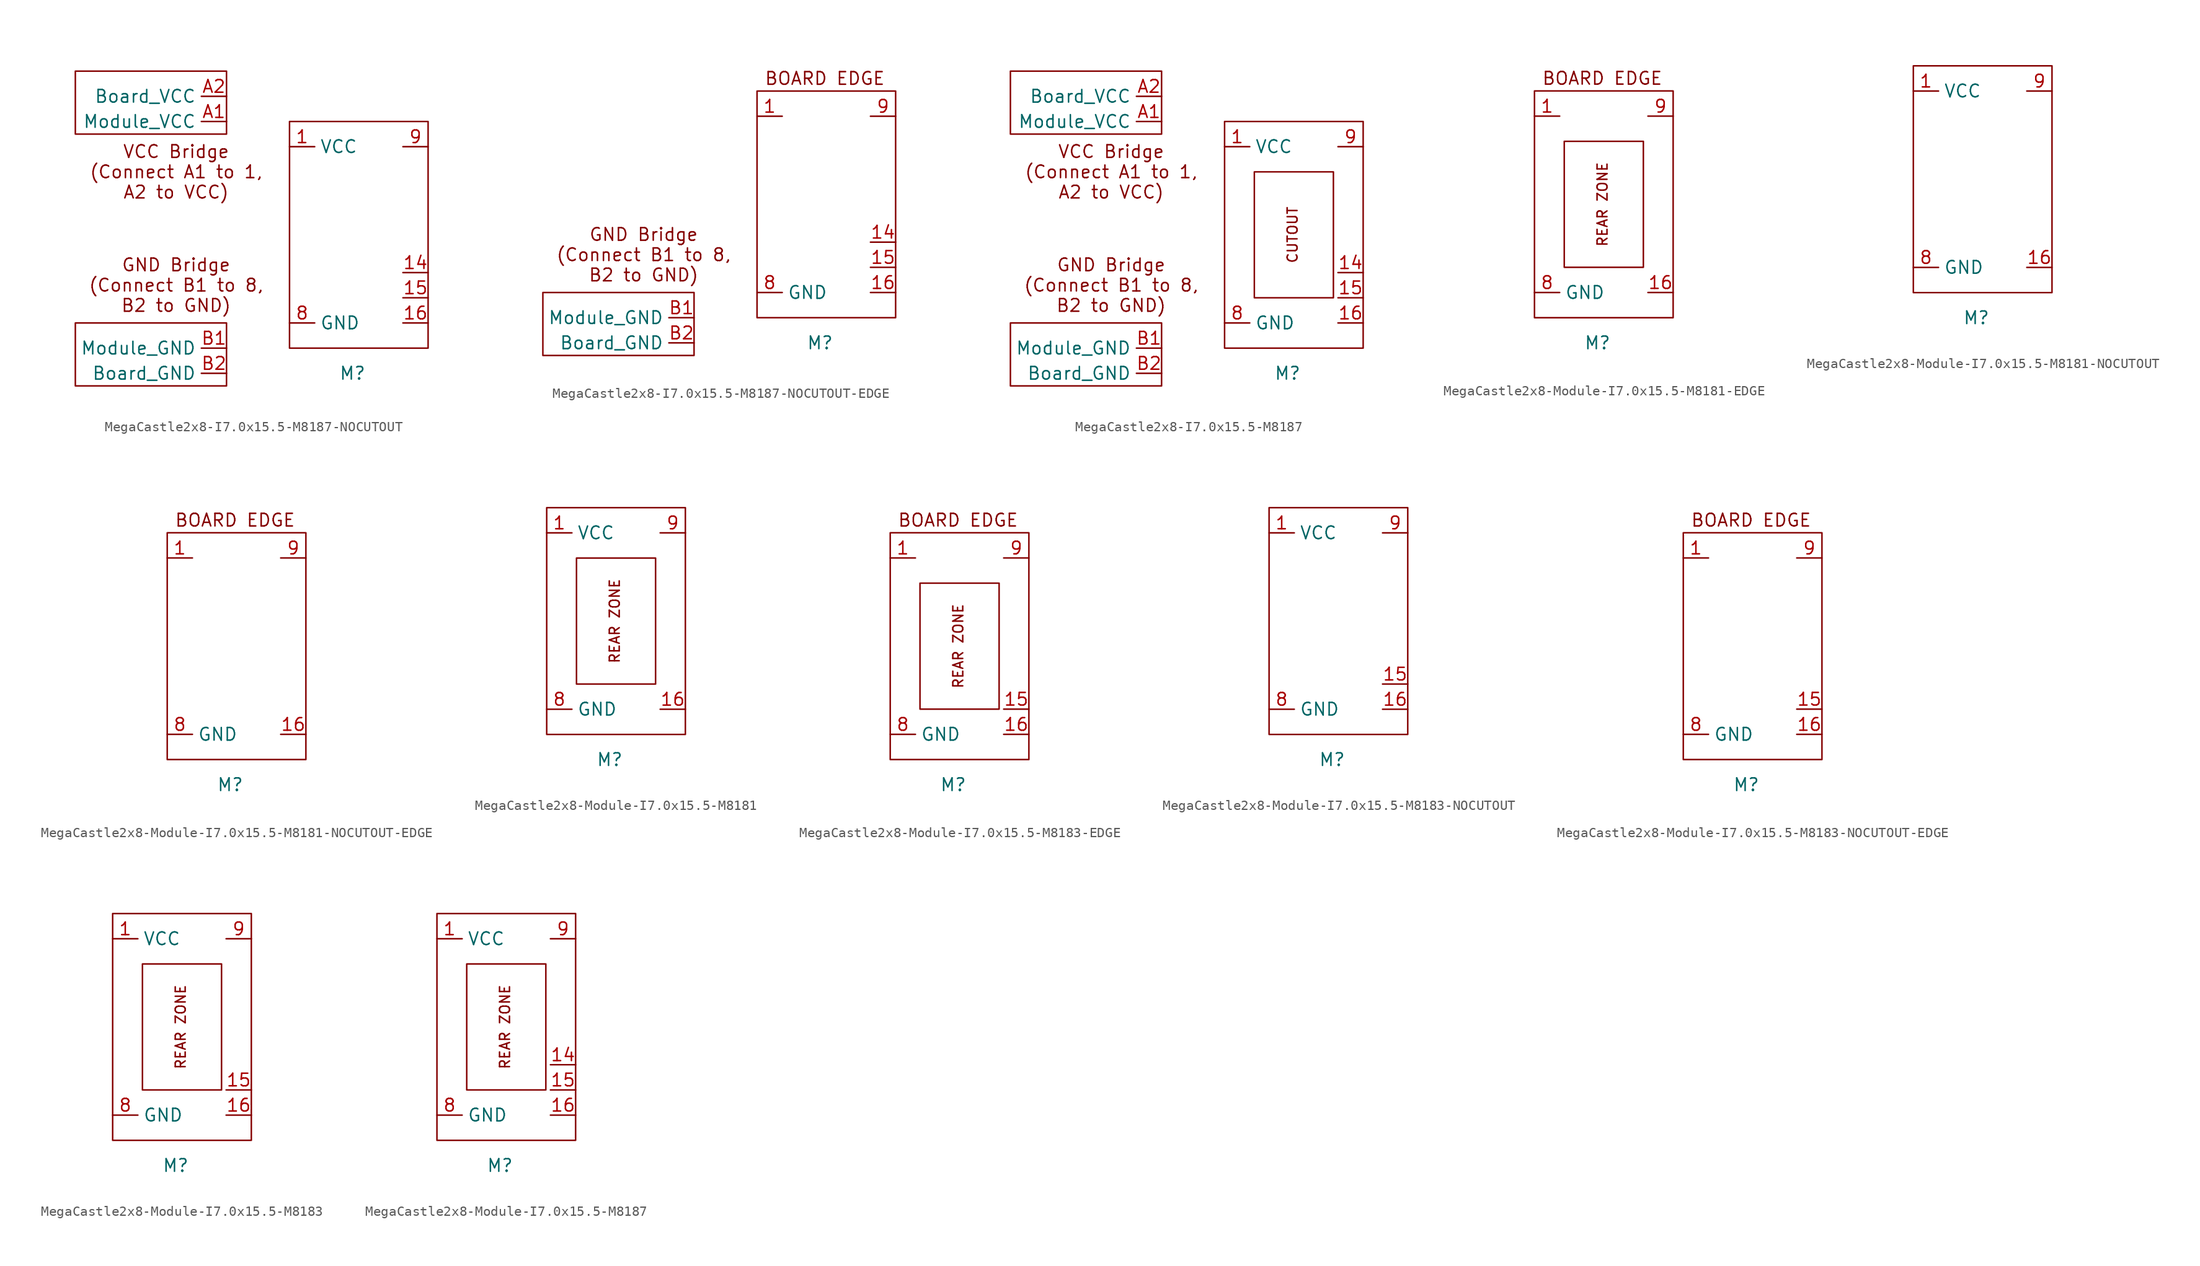
<source format=kicad_sym>
(kicad_symbol_lib
  (version 20231120)
  (generator "kicad_symbol_editor")
  (generator_version "8.0")
  (symbol "MegaCastle2x8-I7.0x15.5-M8187-NOCUTOUT"
    (property "Reference" "M"
      (at 0 -13.97 0)
      (effects (font (size 1.27 1.27))))
    (property "Value" ""
      (at 0 5.08 0)
      (effects (font (size 1.27 1.27))))
    (symbol "MegaCastle2x8-I7.0x15.5-M8187-NOCUTOUT_0_1"
      (rectangle (start -27.94 -8.89) (end -12.7 -15.24) (stroke (width 0) (type default)) (fill (type none)))
      (rectangle (start -27.94 16.51) (end -12.7 10.16) (stroke (width 0) (type default)) (fill (type none)))
      (rectangle (start -6.35 11.43) (end 7.62 -11.43) (stroke (width 0) (type default)) (fill (type none))))
    (symbol "MegaCastle2x8-I7.0x15.5-M8187-NOCUTOUT_1_1"
      (text "GND Bridge\n(Connect B1 to 8,\nB2 to GND)" (at -17.78 -5.08 0) (effects (font (size 1.27 1.27))))
      (text "VCC Bridge\n(Connect A1 to 1,\nA2 to VCC)" (at -17.78 6.35 0) (effects (font (size 1.27 1.27))))
      (pin bidirectional line (at -6.35 8.89 0) (length 2.54) (name "VCC" (effects (font (size 1.27 1.27)))) (number "1" (effects (font (size 1.27 1.27)))))
      (pin bidirectional line (at 7.62 -3.81 180) (length 2.54) (name "" (effects (font (size 1.27 1.27)))) (number "14" (effects (font (size 1.27 1.27)))))
      (pin bidirectional line (at 7.62 -6.35 180) (length 2.54) (name "" (effects (font (size 1.27 1.27)))) (number "15" (effects (font (size 1.27 1.27)))))
      (pin bidirectional line (at 7.62 -8.89 180) (length 2.54) (name "" (effects (font (size 1.27 1.27)))) (number "16" (effects (font (size 1.27 1.27)))))
      (pin bidirectional line (at -6.35 -8.89 0) (length 2.54) (name "GND" (effects (font (size 1.27 1.27)))) (number "8" (effects (font (size 1.27 1.27)))))
      (pin bidirectional line (at 7.62 8.89 180) (length 2.54) (name "" (effects (font (size 1.27 1.27)))) (number "9" (effects (font (size 1.27 1.27)))))
      (pin bidirectional line (at -12.7 11.43 180) (length 2.54) (name "Module_VCC" (effects (font (size 1.27 1.27)))) (number "A1" (effects (font (size 1.27 1.27)))))
      (pin bidirectional line (at -12.7 13.97 180) (length 2.54) (name "Board_VCC" (effects (font (size 1.27 1.27)))) (number "A2" (effects (font (size 1.27 1.27)))))
      (pin bidirectional line (at -12.7 -11.43 180) (length 2.54) (name "Module_GND" (effects (font (size 1.27 1.27)))) (number "B1" (effects (font (size 1.27 1.27)))))
      (pin bidirectional line (at -12.7 -13.97 180) (length 2.54) (name "Board_GND" (effects (font (size 1.27 1.27)))) (number "B2" (effects (font (size 1.27 1.27)))))))
  (symbol "MegaCastle2x8-I7.0x15.5-M8187-NOCUTOUT-EDGE"
    (property "Reference" "M"
      (at 0 -13.97 0)
      (effects (font (size 1.27 1.27))))
    (property "Value" ""
      (at 0 5.08 0)
      (effects (font (size 1.27 1.27))))
    (symbol "MegaCastle2x8-I7.0x15.5-M8187-NOCUTOUT-EDGE_0_1"
      (rectangle (start -27.94 -8.89) (end -12.7 -15.24) (stroke (width 0) (type default)) (fill (type none)))
      (rectangle (start -6.35 11.43) (end 7.62 -11.43) (stroke (width 0) (type default)) (fill (type none))))
    (symbol "MegaCastle2x8-I7.0x15.5-M8187-NOCUTOUT-EDGE_1_1"
      (text " BOARD EDGE" (at 0 12.7 0) (effects (font (size 1.27 1.27))))
      (text "GND Bridge\n(Connect B1 to 8,\nB2 to GND)" (at -17.78 -5.08 0) (effects (font (size 1.27 1.27))))
      (pin bidirectional line (at -6.35 8.89 0) (length 2.54) (name "" (effects (font (size 1.27 1.27)))) (number "1" (effects (font (size 1.27 1.27)))))
      (pin bidirectional line (at 7.62 -3.81 180) (length 2.54) (name "" (effects (font (size 1.27 1.27)))) (number "14" (effects (font (size 1.27 1.27)))))
      (pin bidirectional line (at 7.62 -6.35 180) (length 2.54) (name "" (effects (font (size 1.27 1.27)))) (number "15" (effects (font (size 1.27 1.27)))))
      (pin bidirectional line (at 7.62 -8.89 180) (length 2.54) (name "" (effects (font (size 1.27 1.27)))) (number "16" (effects (font (size 1.27 1.27)))))
      (pin bidirectional line (at -6.35 -8.89 0) (length 2.54) (name "GND" (effects (font (size 1.27 1.27)))) (number "8" (effects (font (size 1.27 1.27)))))
      (pin bidirectional line (at 7.62 8.89 180) (length 2.54) (name "" (effects (font (size 1.27 1.27)))) (number "9" (effects (font (size 1.27 1.27)))))
      (pin bidirectional line (at -12.7 -11.43 180) (length 2.54) (name "Module_GND" (effects (font (size 1.27 1.27)))) (number "B1" (effects (font (size 1.27 1.27)))))
      (pin bidirectional line (at -12.7 -13.97 180) (length 2.54) (name "Board_GND" (effects (font (size 1.27 1.27)))) (number "B2" (effects (font (size 1.27 1.27)))))))
  (symbol "MegaCastle2x8-I7.0x15.5-M8187"
    (property "Reference" "M"
      (at 0 -13.97 0)
      (effects (font (size 1.27 1.27))))
    (property "Value" ""
      (at 0 5.08 0)
      (effects (font (size 1.27 1.27))))
    (symbol "MegaCastle2x8-I7.0x15.5-M8187_0_1"
      (rectangle (start -27.94 -8.89) (end -12.7 -15.24) (stroke (width 0) (type default)) (fill (type none)))
      (rectangle (start -27.94 16.51) (end -12.7 10.16) (stroke (width 0) (type default)) (fill (type none)))
      (rectangle (start -6.35 11.43) (end 7.62 -11.43) (stroke (width 0) (type default)) (fill (type none)))
      (rectangle (start -3.35 6.35) (end 4.62 -6.35) (stroke (width 0) (type default)) (fill (type none))))
    (symbol "MegaCastle2x8-I7.0x15.5-M8187_1_1"
      (text "CUTOUT" (at 0.5 0 900) (effects (font (size 1 1))))
      (text "GND Bridge\n(Connect B1 to 8,\nB2 to GND)" (at -17.78 -5.08 0) (effects (font (size 1.27 1.27))))
      (text "VCC Bridge\n(Connect A1 to 1,\nA2 to VCC)" (at -17.78 6.35 0) (effects (font (size 1.27 1.27))))
      (pin bidirectional line (at -6.35 8.89 0) (length 2.54) (name "VCC" (effects (font (size 1.27 1.27)))) (number "1" (effects (font (size 1.27 1.27)))))
      (pin bidirectional line (at 7.62 -3.81 180) (length 2.54) (name "" (effects (font (size 1.27 1.27)))) (number "14" (effects (font (size 1.27 1.27)))))
      (pin bidirectional line (at 7.62 -6.35 180) (length 2.54) (name "" (effects (font (size 1.27 1.27)))) (number "15" (effects (font (size 1.27 1.27)))))
      (pin bidirectional line (at 7.62 -8.89 180) (length 2.54) (name "" (effects (font (size 1.27 1.27)))) (number "16" (effects (font (size 1.27 1.27)))))
      (pin bidirectional line (at -6.35 -8.89 0) (length 2.54) (name "GND" (effects (font (size 1.27 1.27)))) (number "8" (effects (font (size 1.27 1.27)))))
      (pin bidirectional line (at 7.62 8.89 180) (length 2.54) (name "" (effects (font (size 1.27 1.27)))) (number "9" (effects (font (size 1.27 1.27)))))
      (pin bidirectional line (at -12.7 11.43 180) (length 2.54) (name "Module_VCC" (effects (font (size 1.27 1.27)))) (number "A1" (effects (font (size 1.27 1.27)))))
      (pin bidirectional line (at -12.7 13.97 180) (length 2.54) (name "Board_VCC" (effects (font (size 1.27 1.27)))) (number "A2" (effects (font (size 1.27 1.27)))))
      (pin bidirectional line (at -12.7 -11.43 180) (length 2.54) (name "Module_GND" (effects (font (size 1.27 1.27)))) (number "B1" (effects (font (size 1.27 1.27)))))
      (pin bidirectional line (at -12.7 -13.97 180) (length 2.54) (name "Board_GND" (effects (font (size 1.27 1.27)))) (number "B2" (effects (font (size 1.27 1.27)))))))
  (symbol "MegaCastle2x8-Module-I7.0x15.5-M8181-EDGE"
    (property "Reference" "M"
      (at 0 -13.97 0)
      (effects (font (size 1.27 1.27))))
    (property "Value" ""
      (at 0 5.08 0)
      (effects (font (size 1.27 1.27))))
    (symbol "MegaCastle2x8-Module-I7.0x15.5-M8181-EDGE_0_1"
      (rectangle (start -6.35 11.43) (end 7.62 -11.43) (stroke (width 0) (type default)) (fill (type none)))
      (rectangle (start -3.35 6.35) (end 4.62 -6.35) (stroke (width 0) (type default)) (fill (type none))))
    (symbol "MegaCastle2x8-Module-I7.0x15.5-M8181-EDGE_1_1"
      (text " BOARD EDGE" (at 0 12.7 0) (effects (font (size 1.27 1.27))))
      (text "REAR ZONE" (at 0.5 0 900) (effects (font (size 1 1))))
      (pin bidirectional line (at -6.35 8.89 0) (length 2.54) (name "" (effects (font (size 1.27 1.27)))) (number "1" (effects (font (size 1.27 1.27)))))
      (pin bidirectional line (at 7.62 -8.89 180) (length 2.54) (name "" (effects (font (size 1.27 1.27)))) (number "16" (effects (font (size 1.27 1.27)))))
      (pin bidirectional line (at -6.35 -8.89 0) (length 2.54) (name "GND" (effects (font (size 1.27 1.27)))) (number "8" (effects (font (size 1.27 1.27)))))
      (pin bidirectional line (at 7.62 8.89 180) (length 2.54) (name "" (effects (font (size 1.27 1.27)))) (number "9" (effects (font (size 1.27 1.27)))))))
  (symbol "MegaCastle2x8-Module-I7.0x15.5-M8181-NOCUTOUT"
    (property "Reference" "M"
      (at 0 -13.97 0)
      (effects (font (size 1.27 1.27))))
    (property "Value" ""
      (at 0 5.08 0)
      (effects (font (size 1.27 1.27))))
    (symbol "MegaCastle2x8-Module-I7.0x15.5-M8181-NOCUTOUT_0_1"
      (rectangle (start -6.35 11.43) (end 7.62 -11.43) (stroke (width 0) (type default)) (fill (type none))))
    (symbol "MegaCastle2x8-Module-I7.0x15.5-M8181-NOCUTOUT_1_1"
      (pin bidirectional line (at -6.35 8.89 0) (length 2.54) (name "VCC" (effects (font (size 1.27 1.27)))) (number "1" (effects (font (size 1.27 1.27)))))
      (pin bidirectional line (at 7.62 -8.89 180) (length 2.54) (name "" (effects (font (size 1.27 1.27)))) (number "16" (effects (font (size 1.27 1.27)))))
      (pin bidirectional line (at -6.35 -8.89 0) (length 2.54) (name "GND" (effects (font (size 1.27 1.27)))) (number "8" (effects (font (size 1.27 1.27)))))
      (pin bidirectional line (at 7.62 8.89 180) (length 2.54) (name "" (effects (font (size 1.27 1.27)))) (number "9" (effects (font (size 1.27 1.27)))))))
  (symbol "MegaCastle2x8-Module-I7.0x15.5-M8181-NOCUTOUT-EDGE"
    (property "Reference" "M"
      (at 0 -13.97 0)
      (effects (font (size 1.27 1.27))))
    (property "Value" ""
      (at 0 5.08 0)
      (effects (font (size 1.27 1.27))))
    (symbol "MegaCastle2x8-Module-I7.0x15.5-M8181-NOCUTOUT-EDGE_0_1"
      (rectangle (start -6.35 11.43) (end 7.62 -11.43) (stroke (width 0) (type default)) (fill (type none))))
    (symbol "MegaCastle2x8-Module-I7.0x15.5-M8181-NOCUTOUT-EDGE_1_1"
      (text " BOARD EDGE" (at 0 12.7 0) (effects (font (size 1.27 1.27))))
      (pin bidirectional line (at -6.35 8.89 0) (length 2.54) (name "" (effects (font (size 1.27 1.27)))) (number "1" (effects (font (size 1.27 1.27)))))
      (pin bidirectional line (at 7.62 -8.89 180) (length 2.54) (name "" (effects (font (size 1.27 1.27)))) (number "16" (effects (font (size 1.27 1.27)))))
      (pin bidirectional line (at -6.35 -8.89 0) (length 2.54) (name "GND" (effects (font (size 1.27 1.27)))) (number "8" (effects (font (size 1.27 1.27)))))
      (pin bidirectional line (at 7.62 8.89 180) (length 2.54) (name "" (effects (font (size 1.27 1.27)))) (number "9" (effects (font (size 1.27 1.27)))))))
  (symbol "MegaCastle2x8-Module-I7.0x15.5-M8181"
    (property "Reference" "M"
      (at 0 -13.97 0)
      (effects (font (size 1.27 1.27))))
    (property "Value" ""
      (at 0 5.08 0)
      (effects (font (size 1.27 1.27))))
    (symbol "MegaCastle2x8-Module-I7.0x15.5-M8181_0_1"
      (rectangle (start -6.35 11.43) (end 7.62 -11.43) (stroke (width 0) (type default)) (fill (type none)))
      (rectangle (start -3.35 6.35) (end 4.62 -6.35) (stroke (width 0) (type default)) (fill (type none))))
    (symbol "MegaCastle2x8-Module-I7.0x15.5-M8181_1_1"
      (text "REAR ZONE" (at 0.5 0 900) (effects (font (size 1 1))))
      (pin bidirectional line (at -6.35 8.89 0) (length 2.54) (name "VCC" (effects (font (size 1.27 1.27)))) (number "1" (effects (font (size 1.27 1.27)))))
      (pin bidirectional line (at 7.62 -8.89 180) (length 2.54) (name "" (effects (font (size 1.27 1.27)))) (number "16" (effects (font (size 1.27 1.27)))))
      (pin bidirectional line (at -6.35 -8.89 0) (length 2.54) (name "GND" (effects (font (size 1.27 1.27)))) (number "8" (effects (font (size 1.27 1.27)))))
      (pin bidirectional line (at 7.62 8.89 180) (length 2.54) (name "" (effects (font (size 1.27 1.27)))) (number "9" (effects (font (size 1.27 1.27)))))))
  (symbol "MegaCastle2x8-Module-I7.0x15.5-M8183-EDGE"
    (property "Reference" "M"
      (at 0 -13.97 0)
      (effects (font (size 1.27 1.27))))
    (property "Value" ""
      (at 0 5.08 0)
      (effects (font (size 1.27 1.27))))
    (symbol "MegaCastle2x8-Module-I7.0x15.5-M8183-EDGE_0_1"
      (rectangle (start -6.35 11.43) (end 7.62 -11.43) (stroke (width 0) (type default)) (fill (type none)))
      (rectangle (start -3.35 6.35) (end 4.62 -6.35) (stroke (width 0) (type default)) (fill (type none))))
    (symbol "MegaCastle2x8-Module-I7.0x15.5-M8183-EDGE_1_1"
      (text " BOARD EDGE" (at 0 12.7 0) (effects (font (size 1.27 1.27))))
      (text "REAR ZONE" (at 0.5 0 900) (effects (font (size 1 1))))
      (pin bidirectional line (at -6.35 8.89 0) (length 2.54) (name "" (effects (font (size 1.27 1.27)))) (number "1" (effects (font (size 1.27 1.27)))))
      (pin bidirectional line (at 7.62 -6.35 180) (length 2.54) (name "" (effects (font (size 1.27 1.27)))) (number "15" (effects (font (size 1.27 1.27)))))
      (pin bidirectional line (at 7.62 -8.89 180) (length 2.54) (name "" (effects (font (size 1.27 1.27)))) (number "16" (effects (font (size 1.27 1.27)))))
      (pin bidirectional line (at -6.35 -8.89 0) (length 2.54) (name "GND" (effects (font (size 1.27 1.27)))) (number "8" (effects (font (size 1.27 1.27)))))
      (pin bidirectional line (at 7.62 8.89 180) (length 2.54) (name "" (effects (font (size 1.27 1.27)))) (number "9" (effects (font (size 1.27 1.27)))))))
  (symbol "MegaCastle2x8-Module-I7.0x15.5-M8183-NOCUTOUT"
    (property "Reference" "M"
      (at 0 -13.97 0)
      (effects (font (size 1.27 1.27))))
    (property "Value" ""
      (at 0 5.08 0)
      (effects (font (size 1.27 1.27))))
    (symbol "MegaCastle2x8-Module-I7.0x15.5-M8183-NOCUTOUT_0_1"
      (rectangle (start -6.35 11.43) (end 7.62 -11.43) (stroke (width 0) (type default)) (fill (type none))))
    (symbol "MegaCastle2x8-Module-I7.0x15.5-M8183-NOCUTOUT_1_1"
      (pin bidirectional line (at -6.35 8.89 0) (length 2.54) (name "VCC" (effects (font (size 1.27 1.27)))) (number "1" (effects (font (size 1.27 1.27)))))
      (pin bidirectional line (at 7.62 -6.35 180) (length 2.54) (name "" (effects (font (size 1.27 1.27)))) (number "15" (effects (font (size 1.27 1.27)))))
      (pin bidirectional line (at 7.62 -8.89 180) (length 2.54) (name "" (effects (font (size 1.27 1.27)))) (number "16" (effects (font (size 1.27 1.27)))))
      (pin bidirectional line (at -6.35 -8.89 0) (length 2.54) (name "GND" (effects (font (size 1.27 1.27)))) (number "8" (effects (font (size 1.27 1.27)))))
      (pin bidirectional line (at 7.62 8.89 180) (length 2.54) (name "" (effects (font (size 1.27 1.27)))) (number "9" (effects (font (size 1.27 1.27)))))))
  (symbol "MegaCastle2x8-Module-I7.0x15.5-M8183-NOCUTOUT-EDGE"
    (property "Reference" "M"
      (at 0 -13.97 0)
      (effects (font (size 1.27 1.27))))
    (property "Value" ""
      (at 0 5.08 0)
      (effects (font (size 1.27 1.27))))
    (symbol "MegaCastle2x8-Module-I7.0x15.5-M8183-NOCUTOUT-EDGE_0_1"
      (rectangle (start -6.35 11.43) (end 7.62 -11.43) (stroke (width 0) (type default)) (fill (type none))))
    (symbol "MegaCastle2x8-Module-I7.0x15.5-M8183-NOCUTOUT-EDGE_1_1"
      (text " BOARD EDGE" (at 0 12.7 0) (effects (font (size 1.27 1.27))))
      (pin bidirectional line (at -6.35 8.89 0) (length 2.54) (name "" (effects (font (size 1.27 1.27)))) (number "1" (effects (font (size 1.27 1.27)))))
      (pin bidirectional line (at 7.62 -6.35 180) (length 2.54) (name "" (effects (font (size 1.27 1.27)))) (number "15" (effects (font (size 1.27 1.27)))))
      (pin bidirectional line (at 7.62 -8.89 180) (length 2.54) (name "" (effects (font (size 1.27 1.27)))) (number "16" (effects (font (size 1.27 1.27)))))
      (pin bidirectional line (at -6.35 -8.89 0) (length 2.54) (name "GND" (effects (font (size 1.27 1.27)))) (number "8" (effects (font (size 1.27 1.27)))))
      (pin bidirectional line (at 7.62 8.89 180) (length 2.54) (name "" (effects (font (size 1.27 1.27)))) (number "9" (effects (font (size 1.27 1.27)))))))
  (symbol "MegaCastle2x8-Module-I7.0x15.5-M8183"
    (property "Reference" "M"
      (at 0 -13.97 0)
      (effects (font (size 1.27 1.27))))
    (property "Value" ""
      (at 0 5.08 0)
      (effects (font (size 1.27 1.27))))
    (symbol "MegaCastle2x8-Module-I7.0x15.5-M8183_0_1"
      (rectangle (start -6.35 11.43) (end 7.62 -11.43) (stroke (width 0) (type default)) (fill (type none)))
      (rectangle (start -3.35 6.35) (end 4.62 -6.35) (stroke (width 0) (type default)) (fill (type none))))
    (symbol "MegaCastle2x8-Module-I7.0x15.5-M8183_1_1"
      (text "REAR ZONE" (at 0.5 0 900) (effects (font (size 1 1))))
      (pin bidirectional line (at -6.35 8.89 0) (length 2.54) (name "VCC" (effects (font (size 1.27 1.27)))) (number "1" (effects (font (size 1.27 1.27)))))
      (pin bidirectional line (at 7.62 -6.35 180) (length 2.54) (name "" (effects (font (size 1.27 1.27)))) (number "15" (effects (font (size 1.27 1.27)))))
      (pin bidirectional line (at 7.62 -8.89 180) (length 2.54) (name "" (effects (font (size 1.27 1.27)))) (number "16" (effects (font (size 1.27 1.27)))))
      (pin bidirectional line (at -6.35 -8.89 0) (length 2.54) (name "GND" (effects (font (size 1.27 1.27)))) (number "8" (effects (font (size 1.27 1.27)))))
      (pin bidirectional line (at 7.62 8.89 180) (length 2.54) (name "" (effects (font (size 1.27 1.27)))) (number "9" (effects (font (size 1.27 1.27)))))))
  (symbol "MegaCastle2x8-Module-I7.0x15.5-M8187"
    (property "Reference" "M"
      (at 0 -13.97 0)
      (effects (font (size 1.27 1.27))))
    (property "Value" ""
      (at 0 5.08 0)
      (effects (font (size 1.27 1.27))))
    (symbol "MegaCastle2x8-Module-I7.0x15.5-M8187_0_1"
      (rectangle (start -6.35 11.43) (end 7.62 -11.43) (stroke (width 0) (type default)) (fill (type none)))
      (rectangle (start -3.35 6.35) (end 4.62 -6.35) (stroke (width 0) (type default)) (fill (type none))))
    (symbol "MegaCastle2x8-Module-I7.0x15.5-M8187_1_1"
      (text "REAR ZONE" (at 0.5 0 900) (effects (font (size 1 1))))
      (pin bidirectional line (at -6.35 8.89 0) (length 2.54) (name "VCC" (effects (font (size 1.27 1.27)))) (number "1" (effects (font (size 1.27 1.27)))))
      (pin bidirectional line (at 7.62 -3.81 180) (length 2.54) (name "" (effects (font (size 1.27 1.27)))) (number "14" (effects (font (size 1.27 1.27)))))
      (pin bidirectional line (at 7.62 -6.35 180) (length 2.54) (name "" (effects (font (size 1.27 1.27)))) (number "15" (effects (font (size 1.27 1.27)))))
      (pin bidirectional line (at 7.62 -8.89 180) (length 2.54) (name "" (effects (font (size 1.27 1.27)))) (number "16" (effects (font (size 1.27 1.27)))))
      (pin bidirectional line (at -6.35 -8.89 0) (length 2.54) (name "GND" (effects (font (size 1.27 1.27)))) (number "8" (effects (font (size 1.27 1.27)))))
      (pin bidirectional line (at 7.62 8.89 180) (length 2.54) (name "" (effects (font (size 1.27 1.27)))) (number "9" (effects (font (size 1.27 1.27))))))))
</source>
